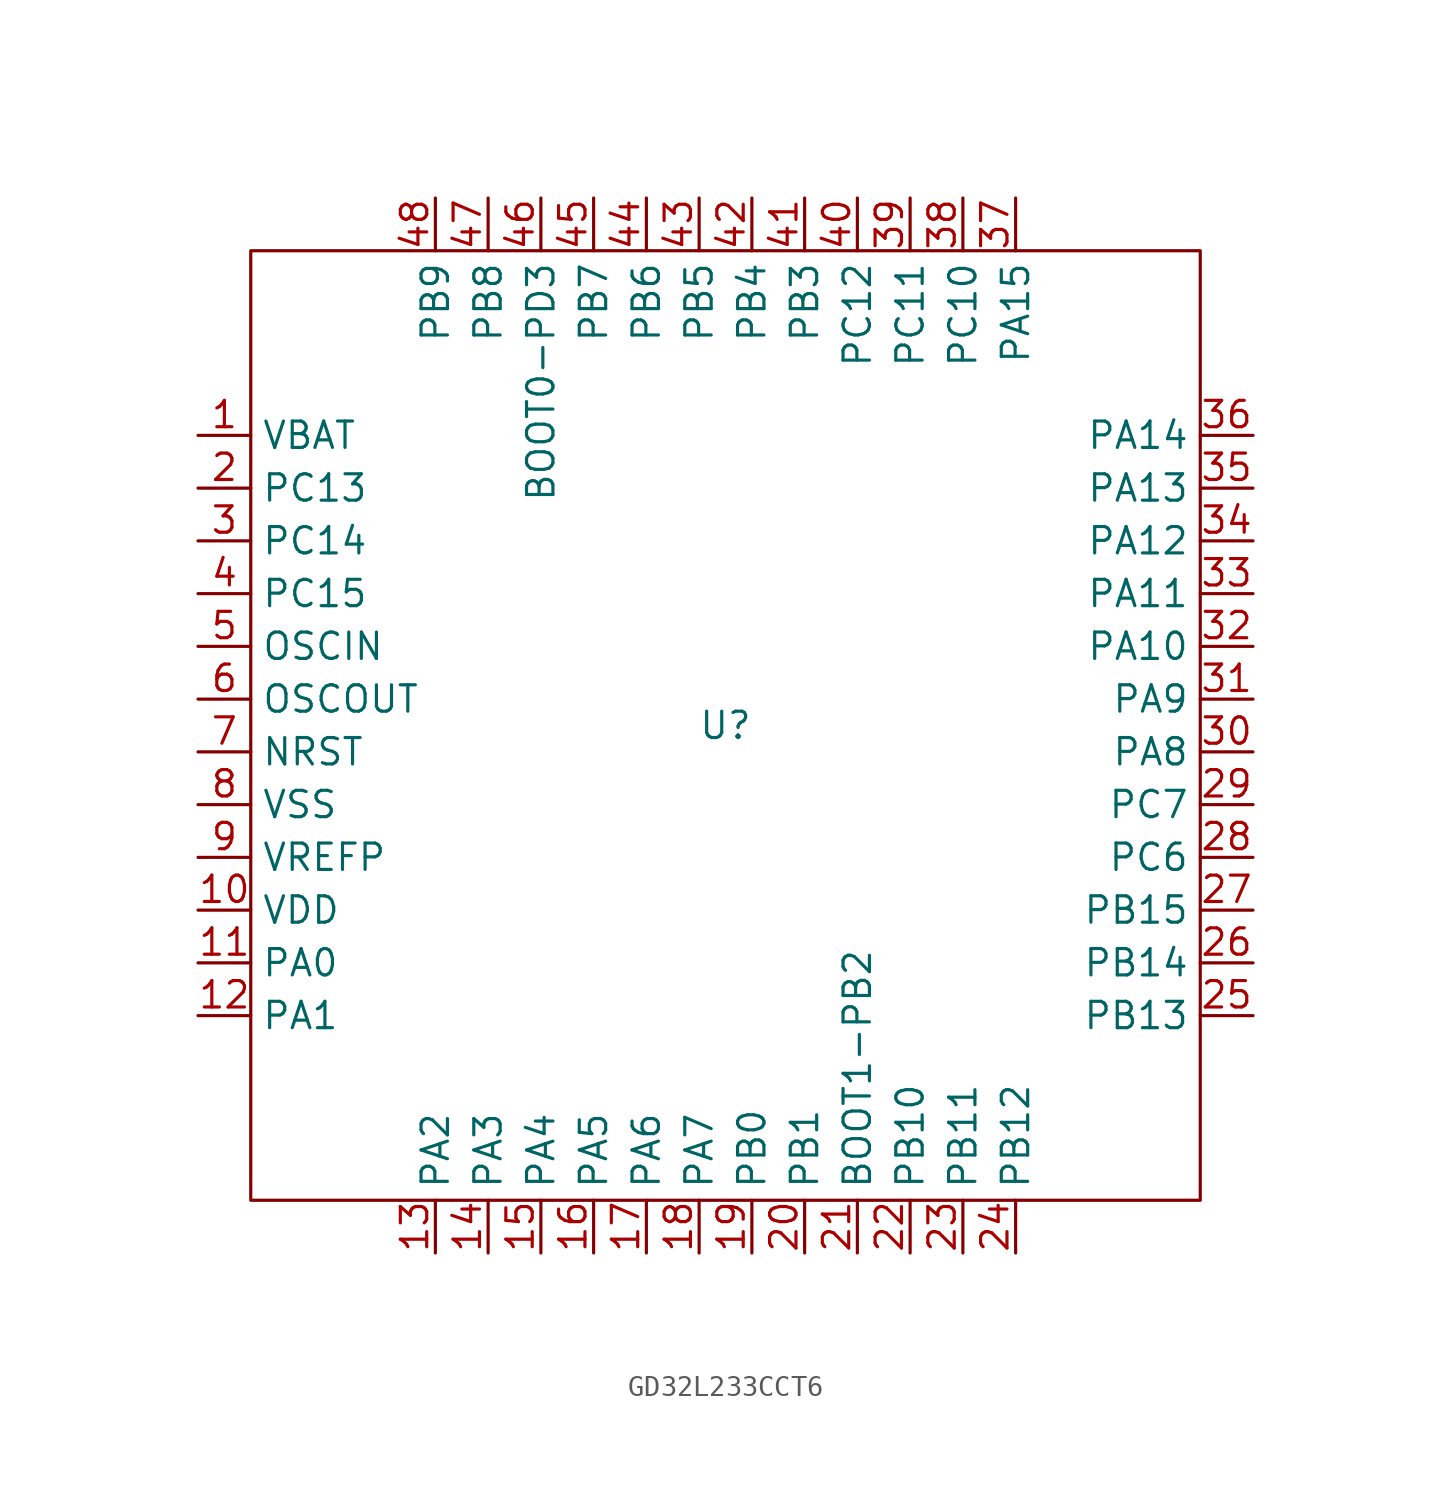
<source format=kicad_sym>
(kicad_symbol_lib
  (version 20220914)
  (generator kicad_symbol_editor)
  (symbol "GD32L233CCT6"
    (property "Reference" "U"
      (at 0 0 0)
      (effects (font (size 1.27 1.27))))
    (property "Value" ""
      (at 1.27 0 0)
      (effects (font (size 1.27 1.27))))
    (symbol "GD32L233CCT6_0_1"
      (rectangle (start -22.86 22.86) (end 22.86 -22.86) (stroke (width 0) (type default)) (fill (type none))))
    (symbol "GD32L233CCT6_1_1"
      (pin power_in line (at -25.4 13.97 0) (length 2.54) (name "VBAT" (effects (font (size 1.27 1.27)))) (number "1" (effects (font (size 1.27 1.27)))))
      (pin power_in line (at -25.4 -8.89 0) (length 2.54) (name "VDD" (effects (font (size 1.27 1.27)))) (number "10" (effects (font (size 1.27 1.27)))))
      (pin bidirectional line (at -25.4 -11.43 0) (length 2.54) (name "PA0" (effects (font (size 1.27 1.27)))) (number "11" (effects (font (size 1.27 1.27)))))
      (pin bidirectional line (at -25.4 -13.97 0) (length 2.54) (name "PA1" (effects (font (size 1.27 1.27)))) (number "12" (effects (font (size 1.27 1.27)))))
      (pin bidirectional line (at -13.97 -25.4 90) (length 2.54) (name "PA2" (effects (font (size 1.27 1.27)))) (number "13" (effects (font (size 1.27 1.27)))))
      (pin bidirectional line (at -11.43 -25.4 90) (length 2.54) (name "PA3" (effects (font (size 1.27 1.27)))) (number "14" (effects (font (size 1.27 1.27)))))
      (pin bidirectional line (at -8.89 -25.4 90) (length 2.54) (name "PA4" (effects (font (size 1.27 1.27)))) (number "15" (effects (font (size 1.27 1.27)))))
      (pin bidirectional line (at -6.35 -25.4 90) (length 2.54) (name "PA5" (effects (font (size 1.27 1.27)))) (number "16" (effects (font (size 1.27 1.27)))))
      (pin bidirectional line (at -3.81 -25.4 90) (length 2.54) (name "PA6" (effects (font (size 1.27 1.27)))) (number "17" (effects (font (size 1.27 1.27)))))
      (pin bidirectional line (at -1.27 -25.4 90) (length 2.54) (name "PA7" (effects (font (size 1.27 1.27)))) (number "18" (effects (font (size 1.27 1.27)))))
      (pin bidirectional line (at 1.27 -25.4 90) (length 2.54) (name "PB0" (effects (font (size 1.27 1.27)))) (number "19" (effects (font (size 1.27 1.27)))))
      (pin bidirectional line (at -25.4 11.43 0) (length 2.54) (name "PC13" (effects (font (size 1.27 1.27)))) (number "2" (effects (font (size 1.27 1.27)))))
      (pin bidirectional line (at 3.81 -25.4 90) (length 2.54) (name "PB1" (effects (font (size 1.27 1.27)))) (number "20" (effects (font (size 1.27 1.27)))))
      (pin bidirectional line (at 6.35 -25.4 90) (length 2.54) (name "BOOT1-PB2" (effects (font (size 1.27 1.27)))) (number "21" (effects (font (size 1.27 1.27)))))
      (pin bidirectional line (at 8.89 -25.4 90) (length 2.54) (name "PB10" (effects (font (size 1.27 1.27)))) (number "22" (effects (font (size 1.27 1.27)))))
      (pin bidirectional line (at 11.43 -25.4 90) (length 2.54) (name "PB11" (effects (font (size 1.27 1.27)))) (number "23" (effects (font (size 1.27 1.27)))))
      (pin bidirectional line (at 13.97 -25.4 90) (length 2.54) (name "PB12" (effects (font (size 1.27 1.27)))) (number "24" (effects (font (size 1.27 1.27)))))
      (pin bidirectional line (at 25.4 -13.97 180) (length 2.54) (name "PB13" (effects (font (size 1.27 1.27)))) (number "25" (effects (font (size 1.27 1.27)))))
      (pin bidirectional line (at 25.4 -11.43 180) (length 2.54) (name "PB14" (effects (font (size 1.27 1.27)))) (number "26" (effects (font (size 1.27 1.27)))))
      (pin bidirectional line (at 25.4 -8.89 180) (length 2.54) (name "PB15" (effects (font (size 1.27 1.27)))) (number "27" (effects (font (size 1.27 1.27)))))
      (pin bidirectional line (at 25.4 -6.35 180) (length 2.54) (name "PC6" (effects (font (size 1.27 1.27)))) (number "28" (effects (font (size 1.27 1.27)))))
      (pin bidirectional line (at 25.4 -3.81 180) (length 2.54) (name "PC7" (effects (font (size 1.27 1.27)))) (number "29" (effects (font (size 1.27 1.27)))))
      (pin bidirectional line (at -25.4 8.89 0) (length 2.54) (name "PC14" (effects (font (size 1.27 1.27)))) (number "3" (effects (font (size 1.27 1.27)))))
      (pin bidirectional line (at 25.4 -1.27 180) (length 2.54) (name "PA8" (effects (font (size 1.27 1.27)))) (number "30" (effects (font (size 1.27 1.27)))))
      (pin bidirectional line (at 25.4 1.27 180) (length 2.54) (name "PA9" (effects (font (size 1.27 1.27)))) (number "31" (effects (font (size 1.27 1.27)))))
      (pin bidirectional line (at 25.4 3.81 180) (length 2.54) (name "PA10" (effects (font (size 1.27 1.27)))) (number "32" (effects (font (size 1.27 1.27)))))
      (pin bidirectional line (at 25.4 6.35 180) (length 2.54) (name "PA11" (effects (font (size 1.27 1.27)))) (number "33" (effects (font (size 1.27 1.27)))))
      (pin bidirectional line (at 25.4 8.89 180) (length 2.54) (name "PA12" (effects (font (size 1.27 1.27)))) (number "34" (effects (font (size 1.27 1.27)))))
      (pin bidirectional line (at 25.4 11.43 180) (length 2.54) (name "PA13" (effects (font (size 1.27 1.27)))) (number "35" (effects (font (size 1.27 1.27)))))
      (pin bidirectional line (at 25.4 13.97 180) (length 2.54) (name "PA14" (effects (font (size 1.27 1.27)))) (number "36" (effects (font (size 1.27 1.27)))))
      (pin bidirectional line (at 13.97 25.4 270) (length 2.54) (name "PA15" (effects (font (size 1.27 1.27)))) (number "37" (effects (font (size 1.27 1.27)))))
      (pin bidirectional line (at 11.43 25.4 270) (length 2.54) (name "PC10" (effects (font (size 1.27 1.27)))) (number "38" (effects (font (size 1.27 1.27)))))
      (pin bidirectional line (at 8.89 25.4 270) (length 2.54) (name "PC11" (effects (font (size 1.27 1.27)))) (number "39" (effects (font (size 1.27 1.27)))))
      (pin bidirectional line (at -25.4 6.35 0) (length 2.54) (name "PC15" (effects (font (size 1.27 1.27)))) (number "4" (effects (font (size 1.27 1.27)))))
      (pin bidirectional line (at 6.35 25.4 270) (length 2.54) (name "PC12" (effects (font (size 1.27 1.27)))) (number "40" (effects (font (size 1.27 1.27)))))
      (pin bidirectional line (at 3.81 25.4 270) (length 2.54) (name "PB3" (effects (font (size 1.27 1.27)))) (number "41" (effects (font (size 1.27 1.27)))))
      (pin bidirectional line (at 1.27 25.4 270) (length 2.54) (name "PB4" (effects (font (size 1.27 1.27)))) (number "42" (effects (font (size 1.27 1.27)))))
      (pin bidirectional line (at -1.27 25.4 270) (length 2.54) (name "PB5" (effects (font (size 1.27 1.27)))) (number "43" (effects (font (size 1.27 1.27)))))
      (pin bidirectional line (at -3.81 25.4 270) (length 2.54) (name "PB6" (effects (font (size 1.27 1.27)))) (number "44" (effects (font (size 1.27 1.27)))))
      (pin bidirectional line (at -6.35 25.4 270) (length 2.54) (name "PB7" (effects (font (size 1.27 1.27)))) (number "45" (effects (font (size 1.27 1.27)))))
      (pin bidirectional line (at -8.89 25.4 270) (length 2.54) (name "BOOT0-PD3" (effects (font (size 1.27 1.27)))) (number "46" (effects (font (size 1.27 1.27)))))
      (pin bidirectional line (at -11.43 25.4 270) (length 2.54) (name "PB8" (effects (font (size 1.27 1.27)))) (number "47" (effects (font (size 1.27 1.27)))))
      (pin bidirectional line (at -13.97 25.4 270) (length 2.54) (name "PB9" (effects (font (size 1.27 1.27)))) (number "48" (effects (font (size 1.27 1.27)))))
      (pin bidirectional line (at -25.4 3.81 0) (length 2.54) (name "OSCIN" (effects (font (size 1.27 1.27)))) (number "5" (effects (font (size 1.27 1.27)))))
      (pin bidirectional line (at -25.4 1.27 0) (length 2.54) (name "OSCOUT" (effects (font (size 1.27 1.27)))) (number "6" (effects (font (size 1.27 1.27)))))
      (pin bidirectional line (at -25.4 -1.27 0) (length 2.54) (name "NRST" (effects (font (size 1.27 1.27)))) (number "7" (effects (font (size 1.27 1.27)))))
      (pin power_in line (at -25.4 -3.81 0) (length 2.54) (name "VSS" (effects (font (size 1.27 1.27)))) (number "8" (effects (font (size 1.27 1.27)))))
      (pin passive line (at -25.4 -6.35 0) (length 2.54) (name "VREFP" (effects (font (size 1.27 1.27)))) (number "9" (effects (font (size 1.27 1.27))))))))
</source>
